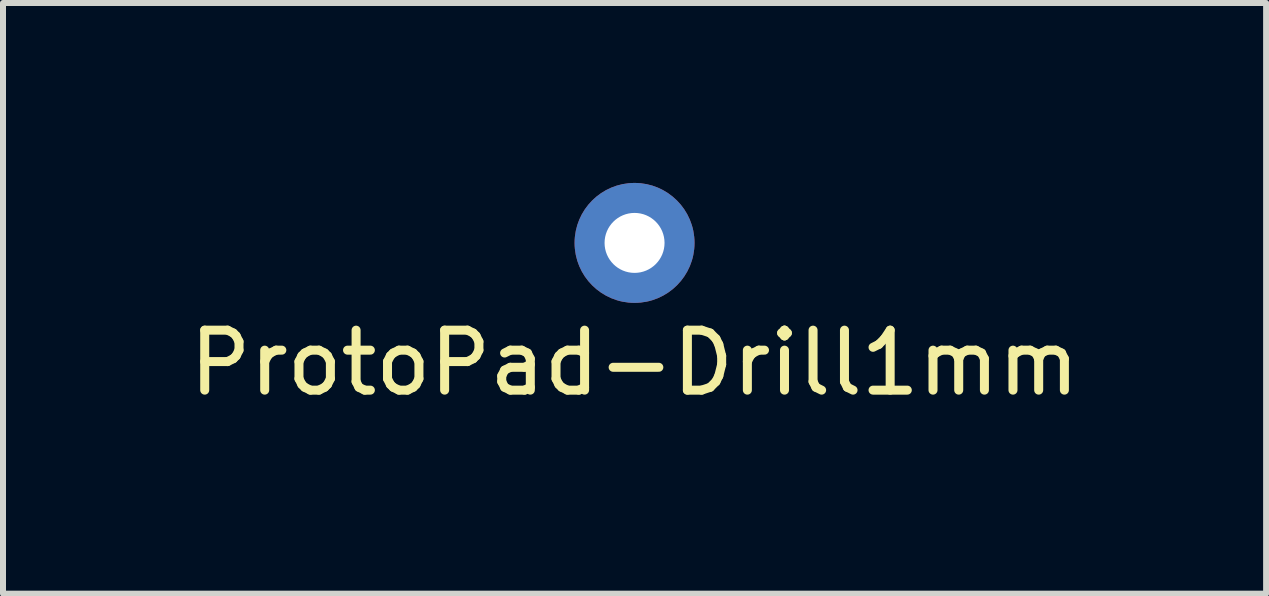
<source format=kicad_pcb>
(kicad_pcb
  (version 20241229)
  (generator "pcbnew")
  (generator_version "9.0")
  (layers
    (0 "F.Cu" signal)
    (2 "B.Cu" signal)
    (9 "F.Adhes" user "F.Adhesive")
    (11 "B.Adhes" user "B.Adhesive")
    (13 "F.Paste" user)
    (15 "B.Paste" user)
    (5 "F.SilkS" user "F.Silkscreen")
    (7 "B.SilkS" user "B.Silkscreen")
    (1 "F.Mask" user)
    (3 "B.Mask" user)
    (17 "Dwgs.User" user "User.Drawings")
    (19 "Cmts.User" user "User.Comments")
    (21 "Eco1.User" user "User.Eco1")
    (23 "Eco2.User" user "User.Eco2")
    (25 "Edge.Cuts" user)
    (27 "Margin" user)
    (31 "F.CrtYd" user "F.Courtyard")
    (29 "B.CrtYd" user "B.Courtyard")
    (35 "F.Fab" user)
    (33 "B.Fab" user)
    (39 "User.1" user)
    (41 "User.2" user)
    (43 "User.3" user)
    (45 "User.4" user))
  (footprint "ProtoPad-Drill1mm"
    (layer "F.Cu")
    (at 7.53 1.05)
    (property "Reference" "ProtoPad-Drill1mm" (at 0 1.95 0) (layer "F.SilkS") (effects (font (size 1 1) (thickness 0.15))))
    (attr through_hole)
    (pad "1" thru_hole circle (at 0 -0.05) (size 2 2) (drill 1) (layers "*.Cu" "*.Mask")))
  (gr_rect
    (start -3 -3)
    (end 18.06 6.848)
    (stroke (width 0.1) (type default))
    (fill no)
    (layer "Edge.Cuts")))
</source>
